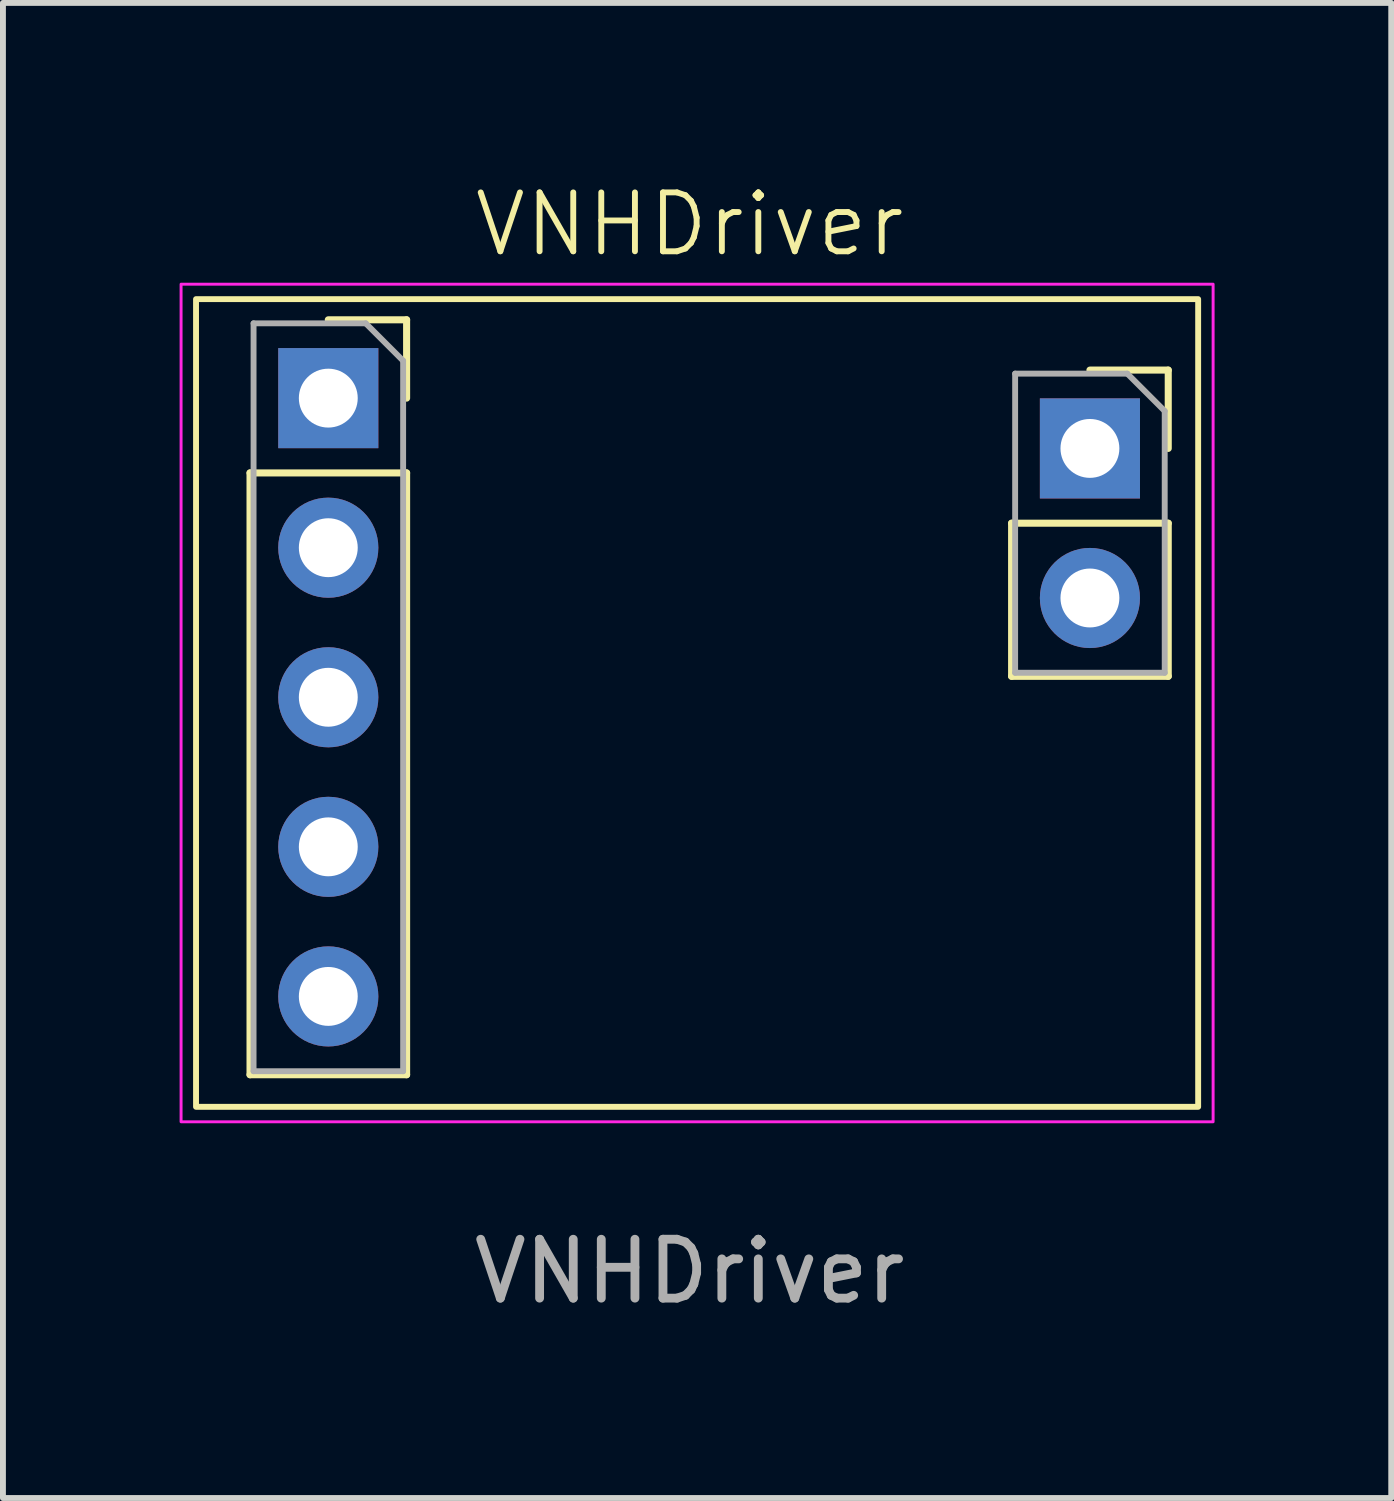
<source format=kicad_pcb>
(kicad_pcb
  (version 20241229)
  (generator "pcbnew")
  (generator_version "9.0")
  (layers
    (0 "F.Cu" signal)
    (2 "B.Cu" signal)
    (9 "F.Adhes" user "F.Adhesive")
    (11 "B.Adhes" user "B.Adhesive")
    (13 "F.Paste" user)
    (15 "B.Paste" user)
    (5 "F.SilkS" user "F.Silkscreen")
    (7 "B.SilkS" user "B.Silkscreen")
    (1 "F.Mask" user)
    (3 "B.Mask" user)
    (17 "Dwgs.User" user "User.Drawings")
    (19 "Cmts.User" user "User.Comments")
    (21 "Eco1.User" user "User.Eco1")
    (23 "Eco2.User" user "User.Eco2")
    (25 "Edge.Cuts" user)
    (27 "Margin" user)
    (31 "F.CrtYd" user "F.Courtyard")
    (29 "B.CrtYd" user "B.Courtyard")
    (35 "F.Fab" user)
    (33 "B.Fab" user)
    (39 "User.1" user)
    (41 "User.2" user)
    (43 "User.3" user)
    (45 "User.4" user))
  (footprint "VNHDriver"
    (layer "F.Cu")
    (at 8.661 8.38)
    (property "Reference" "VNHDriver" (at 0 -7.62 0) (unlocked yes) (layer "F.SilkS") (effects (font (size 1 1) (thickness 0.1))))
    (attr through_hole)
    (fp_line (start -7.465 -3.399) (end -7.465 6.821) (stroke (width 0.12) (type solid)) (layer "F.SilkS"))
    (fp_line (start -4.806 -5.999) (end -6.136 -5.999) (stroke (width 0.12) (type solid)) (layer "F.SilkS"))
    (fp_line (start -4.806 -4.669) (end -4.806 -5.999) (stroke (width 0.12) (type solid)) (layer "F.SilkS"))
    (fp_line (start -4.806 -3.399) (end -7.465 -3.399) (stroke (width 0.12) (type solid)) (layer "F.SilkS"))
    (fp_line (start -4.806 -3.399) (end -4.806 6.821) (stroke (width 0.12) (type solid)) (layer "F.SilkS"))
    (fp_line (start -4.806 6.821) (end -7.465 6.821) (stroke (width 0.12) (type solid)) (layer "F.SilkS"))
    (fp_line (start 5.468 -2.545) (end 5.468 0.055) (stroke (width 0.12) (type solid)) (layer "F.SilkS"))
    (fp_line (start 8.128 -5.145) (end 6.798 -5.145) (stroke (width 0.12) (type solid)) (layer "F.SilkS"))
    (fp_line (start 8.128 -3.815) (end 8.128 -5.145) (stroke (width 0.12) (type solid)) (layer "F.SilkS"))
    (fp_line (start 8.128 -2.545) (end 5.468 -2.545) (stroke (width 0.12) (type solid)) (layer "F.SilkS"))
    (fp_line (start 8.128 -2.545) (end 8.128 0.055) (stroke (width 0.12) (type solid)) (layer "F.SilkS"))
    (fp_line (start 8.128 0.055) (end 5.468 0.055) (stroke (width 0.12) (type solid)) (layer "F.SilkS"))
    (fp_rect (start -8.382 -6.35) (end 8.636 7.366) (stroke (width 0.1) (type default)) (fill no) (layer "F.SilkS"))
    (fp_rect (start -8.636 -6.604) (end 8.89 7.62) (stroke (width 0.05) (type default)) (fill no) (layer "F.CrtYd"))
    (fp_line (start -7.405 -5.939) (end -7.405 6.761) (stroke (width 0.1) (type solid)) (layer "F.Fab"))
    (fp_line (start -7.405 6.761) (end -4.865 6.761) (stroke (width 0.1) (type solid)) (layer "F.Fab"))
    (fp_line (start -5.5 -5.939) (end -7.405 -5.939) (stroke (width 0.1) (type solid)) (layer "F.Fab"))
    (fp_line (start -4.865 -5.304) (end -5.5 -5.939) (stroke (width 0.1) (type solid)) (layer "F.Fab"))
    (fp_line (start -4.865 6.761) (end -4.865 -5.304) (stroke (width 0.1) (type solid)) (layer "F.Fab"))
    (fp_line (start 5.528 -5.085) (end 5.528 -0.005) (stroke (width 0.1) (type solid)) (layer "F.Fab"))
    (fp_line (start 5.528 -0.005) (end 8.068 -0.005) (stroke (width 0.1) (type solid)) (layer "F.Fab"))
    (fp_line (start 7.433 -5.085) (end 5.528 -5.085) (stroke (width 0.1) (type solid)) (layer "F.Fab"))
    (fp_line (start 8.068 -4.45) (end 7.433 -5.085) (stroke (width 0.1) (type solid)) (layer "F.Fab"))
    (fp_line (start 8.068 -0.005) (end 8.068 -4.45) (stroke (width 0.1) (type solid)) (layer "F.Fab"))
    (fp_text user "${REFERENCE}" (at 0 10.16 0) (unlocked yes) (layer "F.Fab") (effects (font (size 1 1) (thickness 0.15))))
    (pad "1" thru_hole rect (at -6.136 -4.669 180) (size 1.7 1.7) (drill 1) (layers "*.Cu" "*.Mask"))
    (pad "2" thru_hole oval (at -6.136 -2.129 180) (size 1.7 1.7) (drill 1) (layers "*.Cu" "*.Mask"))
    (pad "3" thru_hole oval (at -6.136 0.411 180) (size 1.7 1.7) (drill 1) (layers "*.Cu" "*.Mask"))
    (pad "4" thru_hole oval (at -6.136 2.951 180) (size 1.7 1.7) (drill 1) (layers "*.Cu" "*.Mask"))
    (pad "5" thru_hole oval (at -6.136 5.491 180) (size 1.7 1.7) (drill 1) (layers "*.Cu" "*.Mask"))
    (pad "6" thru_hole rect (at 6.798 -3.815 180) (size 1.7 1.7) (drill 1) (layers "*.Cu" "*.Mask"))
    (pad "7" thru_hole oval (at 6.798 -1.275 180) (size 1.7 1.7) (drill 1) (layers "*.Cu" "*.Mask")))
  (gr_rect
    (start -3 -3)
    (end 20.576 22.389)
    (stroke (width 0.1) (type default))
    (fill no)
    (layer "Edge.Cuts")))
</source>
